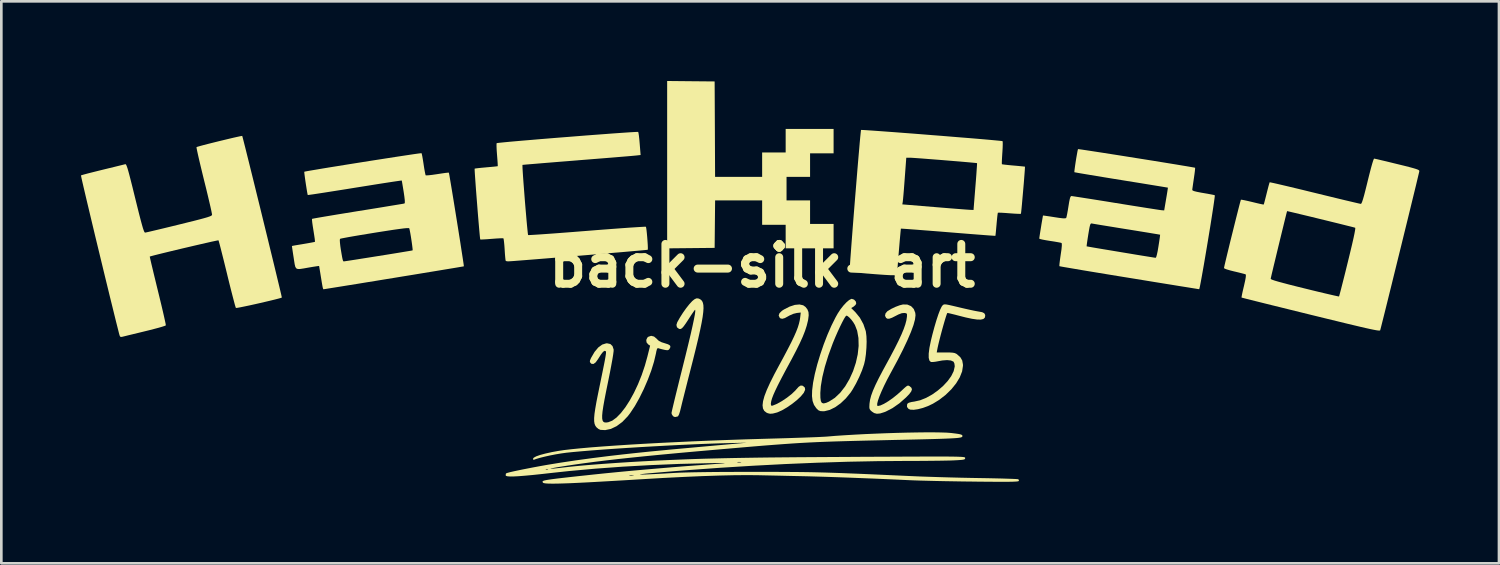
<source format=kicad_pcb>
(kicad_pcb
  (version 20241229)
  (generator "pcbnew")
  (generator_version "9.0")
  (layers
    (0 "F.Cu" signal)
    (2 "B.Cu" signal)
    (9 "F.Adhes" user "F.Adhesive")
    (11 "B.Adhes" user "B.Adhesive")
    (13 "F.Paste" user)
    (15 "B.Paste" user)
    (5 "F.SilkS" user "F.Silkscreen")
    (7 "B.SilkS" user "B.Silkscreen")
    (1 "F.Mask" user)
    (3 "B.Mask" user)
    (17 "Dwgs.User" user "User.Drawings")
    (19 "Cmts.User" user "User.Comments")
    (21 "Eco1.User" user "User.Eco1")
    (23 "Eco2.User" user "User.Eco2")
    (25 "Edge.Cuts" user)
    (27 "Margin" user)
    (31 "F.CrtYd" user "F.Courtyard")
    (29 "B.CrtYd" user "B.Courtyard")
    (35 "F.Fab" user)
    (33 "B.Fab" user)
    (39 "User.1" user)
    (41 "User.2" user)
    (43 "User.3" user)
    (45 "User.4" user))
  (footprint "back-silk-art"
    (layer "F.Cu")
    (at 25.652 6.958)
    (property "Reference" "back-silk-art" (at 0 0 0) (layer "F.SilkS") (effects (font (size 1.5 1.5) (thickness 0.3))))
    (attr board_only exclude_from_pos_files exclude_from_bom)
    (fp_poly (pts (xy -2.683 -6.949) (xy -1.789 -6.941) (xy -1.78 -5.144) (xy -1.772 -3.347) (xy -0.886 -3.347) (xy 0 -3.347) (xy 0 -3.807) (xy 0 -4.266) (xy 0.443 -4.266) (xy 0.886 -4.266) (xy 0.886 -4.709) (xy 0.886 -5.152) (xy 1.789 -5.152) (xy 2.691 -5.152) (xy 2.691 -4.693) (xy 2.691 -4.233) (xy 2.248 -4.233) (xy 1.805 -4.233) (xy 1.805 -3.79) (xy 1.805 -3.347) (xy 1.362 -3.347) (xy 0.919 -3.347) (xy 0.919 -2.904) (xy 0.919 -2.461) (xy 1.362 -2.461) (xy 1.805 -2.461) (xy 1.805 -2.018) (xy 1.805 -1.575) (xy 2.248 -1.575) (xy 2.691 -1.575) (xy 2.691 -1.116) (xy 2.691 -0.656) (xy 1.789 -0.656) (xy 0.886 -0.656) (xy 0.886 -1.099) (xy 0.886 -1.542) (xy 0.443 -1.542) (xy 0 -1.542) (xy 0 -2.002) (xy 0 -2.461) (xy -0.886 -2.461) (xy -1.771 -2.461) (xy -1.78 -1.567) (xy -1.789 -0.673) (xy -2.683 -0.664) (xy -3.577 -0.655) (xy -3.577 -3.807) (xy -3.577 -6.958)) (stroke (width 0) (type solid)) (fill yes) (layer "F.SilkS"))
    (fp_poly (pts (xy -2.412 1.23) (xy -2.363 1.247) (xy -2.308 1.279) (xy -2.263 1.326) (xy -2.232 1.392) (xy -2.213 1.482) (xy -2.208 1.599) (xy -2.218 1.747) (xy -2.241 1.93) (xy -2.28 2.153) (xy -2.334 2.418) (xy -2.404 2.731) (xy -2.491 3.095) (xy -2.595 3.513) (xy -2.717 3.991) (xy -2.72 4.004) (xy -2.79 4.274) (xy -2.855 4.532) (xy -2.915 4.768) (xy -2.967 4.974) (xy -3.009 5.141) (xy -3.038 5.261) (xy -3.051 5.316) (xy -3.092 5.483) (xy -3.131 5.602) (xy -3.167 5.667) (xy -3.185 5.677) (xy -3.236 5.688) (xy -3.258 5.696) (xy -3.317 5.689) (xy -3.359 5.66) (xy -3.403 5.592) (xy -3.413 5.546) (xy -3.405 5.503) (xy -3.383 5.403) (xy -3.347 5.251) (xy -3.3 5.055) (xy -3.243 4.821) (xy -3.177 4.554) (xy -3.105 4.261) (xy -3.026 3.948) (xy -3.006 3.867) (xy -2.883 3.374) (xy -2.778 2.943) (xy -2.69 2.574) (xy -2.621 2.267) (xy -2.569 2.022) (xy -2.534 1.84) (xy -2.518 1.72) (xy -2.52 1.663) (xy -2.529 1.659) (xy -2.556 1.691) (xy -2.61 1.768) (xy -2.684 1.877) (xy -2.769 2.009) (xy -2.774 2.017) (xy -2.877 2.174) (xy -2.955 2.282) (xy -3.014 2.348) (xy -3.062 2.379) (xy -3.106 2.383) (xy -3.135 2.374) (xy -3.208 2.317) (xy -3.228 2.228) (xy -3.197 2.128) (xy -3.097 1.951) (xy -2.982 1.77) (xy -2.86 1.598) (xy -2.741 1.448) (xy -2.634 1.332) (xy -2.556 1.268) (xy -2.479 1.229)) (stroke (width 0) (type solid)) (fill yes) (layer "F.SilkS"))
    (fp_poly (pts (xy 1.546 1.489) (xy 1.633 1.551) (xy 1.706 1.645) (xy 1.745 1.745) (xy 1.753 1.867) (xy 1.733 2.028) (xy 1.722 2.082) (xy 1.678 2.261) (xy 1.615 2.455) (xy 1.53 2.671) (xy 1.419 2.916) (xy 1.279 3.199) (xy 1.107 3.527) (xy 1.053 3.626) (xy 0.869 3.967) (xy 0.716 4.257) (xy 0.592 4.499) (xy 0.495 4.7) (xy 0.422 4.864) (xy 0.372 4.996) (xy 0.342 5.101) (xy 0.329 5.183) (xy 0.328 5.204) (xy 0.337 5.263) (xy 0.374 5.272) (xy 0.402 5.265) (xy 0.562 5.199) (xy 0.746 5.096) (xy 0.934 4.97) (xy 1.108 4.834) (xy 1.247 4.702) (xy 1.285 4.658) (xy 1.374 4.56) (xy 1.444 4.514) (xy 1.509 4.514) (xy 1.541 4.528) (xy 1.609 4.589) (xy 1.619 4.672) (xy 1.57 4.781) (xy 1.563 4.791) (xy 1.457 4.92) (xy 1.307 5.061) (xy 1.128 5.203) (xy 0.937 5.334) (xy 0.75 5.443) (xy 0.583 5.518) (xy 0.546 5.53) (xy 0.404 5.566) (xy 0.3 5.574) (xy 0.213 5.554) (xy 0.159 5.529) (xy 0.079 5.465) (xy 0.031 5.374) (xy 0.016 5.254) (xy 0.034 5.101) (xy 0.086 4.91) (xy 0.174 4.68) (xy 0.298 4.407) (xy 0.459 4.086) (xy 0.627 3.772) (xy 0.814 3.427) (xy 0.97 3.131) (xy 1.099 2.88) (xy 1.202 2.665) (xy 1.282 2.482) (xy 1.343 2.324) (xy 1.386 2.184) (xy 1.416 2.056) (xy 1.433 1.946) (xy 1.454 1.762) (xy 1.304 1.779) (xy 1.177 1.81) (xy 1.038 1.87) (xy 0.986 1.899) (xy 0.854 1.971) (xy 0.758 1.998) (xy 0.689 1.982) (xy 0.658 1.954) (xy 0.623 1.872) (xy 0.653 1.787) (xy 0.747 1.696) (xy 0.82 1.648) (xy 1.036 1.538) (xy 1.233 1.474) (xy 1.405 1.458)) (stroke (width 0) (type solid)) (fill yes) (layer "F.SilkS"))
    (fp_poly (pts (xy 5.469 1.462) (xy 5.608 1.521) (xy 5.71 1.628) (xy 5.767 1.773) (xy 5.776 1.866) (xy 5.756 2.025) (xy 5.699 2.235) (xy 5.604 2.495) (xy 5.472 2.802) (xy 5.305 3.156) (xy 5.102 3.554) (xy 4.864 3.996) (xy 4.842 4.036) (xy 4.71 4.283) (xy 4.594 4.516) (xy 4.496 4.73) (xy 4.418 4.917) (xy 4.363 5.073) (xy 4.334 5.19) (xy 4.333 5.262) (xy 4.356 5.283) (xy 4.455 5.261) (xy 4.588 5.2) (xy 4.747 5.105) (xy 4.919 4.985) (xy 5.094 4.845) (xy 5.242 4.713) (xy 5.351 4.611) (xy 5.424 4.548) (xy 5.472 4.518) (xy 5.509 4.514) (xy 5.545 4.531) (xy 5.562 4.542) (xy 5.623 4.597) (xy 5.641 4.659) (xy 5.613 4.737) (xy 5.536 4.839) (xy 5.419 4.96) (xy 5.168 5.181) (xy 4.91 5.361) (xy 4.659 5.491) (xy 4.606 5.512) (xy 4.444 5.563) (xy 4.319 5.574) (xy 4.217 5.547) (xy 4.133 5.491) (xy 4.077 5.44) (xy 4.047 5.393) (xy 4.037 5.33) (xy 4.041 5.229) (xy 4.044 5.187) (xy 4.064 5.047) (xy 4.106 4.888) (xy 4.173 4.704) (xy 4.268 4.488) (xy 4.393 4.233) (xy 4.551 3.933) (xy 4.62 3.807) (xy 4.824 3.432) (xy 4.995 3.108) (xy 5.135 2.828) (xy 5.246 2.589) (xy 5.331 2.384) (xy 5.392 2.209) (xy 5.432 2.058) (xy 5.452 1.926) (xy 5.453 1.92) (xy 5.456 1.835) (xy 5.439 1.796) (xy 5.386 1.781) (xy 5.356 1.778) (xy 5.258 1.787) (xy 5.132 1.835) (xy 5.035 1.885) (xy 4.893 1.957) (xy 4.793 1.993) (xy 4.723 1.996) (xy 4.671 1.967) (xy 4.667 1.962) (xy 4.628 1.884) (xy 4.646 1.796) (xy 4.715 1.714) (xy 4.723 1.709) (xy 4.859 1.626) (xy 5.022 1.548) (xy 5.183 1.488) (xy 5.304 1.458)) (stroke (width 0) (type solid)) (fill yes) (layer "F.SilkS"))
    (fp_poly (pts (xy 3.462 1.276) (xy 3.526 1.345) (xy 3.544 1.414) (xy 3.518 1.474) (xy 3.454 1.532) (xy 3.449 1.536) (xy 3.354 1.593) (xy 3.514 1.752) (xy 3.68 1.956) (xy 3.813 2.199) (xy 3.901 2.458) (xy 3.907 2.487) (xy 3.928 2.654) (xy 3.935 2.863) (xy 3.927 3.096) (xy 3.908 3.33) (xy 3.877 3.546) (xy 3.84 3.708) (xy 3.763 3.937) (xy 3.657 4.187) (xy 3.535 4.436) (xy 3.408 4.659) (xy 3.333 4.774) (xy 3.153 4.994) (xy 2.956 5.181) (xy 2.75 5.328) (xy 2.546 5.429) (xy 2.352 5.477) (xy 2.292 5.48) (xy 2.189 5.473) (xy 2.117 5.442) (xy 2.044 5.371) (xy 2.039 5.366) (xy 1.952 5.239) (xy 1.899 5.091) (xy 1.877 4.908) (xy 1.88 4.791) (xy 2.191 4.791) (xy 2.194 4.973) (xy 2.211 5.096) (xy 2.25 5.165) (xy 2.316 5.185) (xy 2.413 5.162) (xy 2.516 5.117) (xy 2.738 4.975) (xy 2.943 4.78) (xy 3.129 4.54) (xy 3.29 4.266) (xy 3.425 3.967) (xy 3.529 3.654) (xy 3.6 3.335) (xy 3.634 3.021) (xy 3.627 2.722) (xy 3.578 2.447) (xy 3.495 2.233) (xy 3.43 2.125) (xy 3.353 2.023) (xy 3.274 1.94) (xy 3.207 1.888) (xy 3.17 1.879) (xy 3.136 1.915) (xy 3.082 2.002) (xy 3.014 2.131) (xy 2.935 2.291) (xy 2.85 2.474) (xy 2.764 2.669) (xy 2.682 2.867) (xy 2.656 2.932) (xy 2.492 3.382) (xy 2.362 3.803) (xy 2.268 4.189) (xy 2.21 4.533) (xy 2.191 4.791) (xy 1.88 4.791) (xy 1.883 4.693) (xy 1.918 4.407) (xy 1.983 4.079) (xy 2.074 3.721) (xy 2.187 3.347) (xy 2.316 2.969) (xy 2.458 2.601) (xy 2.609 2.256) (xy 2.763 1.947) (xy 2.846 1.799) (xy 2.949 1.642) (xy 3.062 1.498) (xy 3.173 1.379) (xy 3.275 1.292) (xy 3.356 1.25) (xy 3.376 1.247)) (stroke (width 0) (type solid)) (fill yes) (layer "F.SilkS"))
    (fp_poly (pts (xy 6.946 1.46) (xy 7.04 1.478) (xy 7.175 1.509) (xy 7.362 1.553) (xy 7.424 1.568) (xy 7.621 1.614) (xy 7.808 1.656) (xy 7.971 1.691) (xy 8.096 1.715) (xy 8.155 1.725) (xy 8.286 1.749) (xy 8.363 1.787) (xy 8.397 1.845) (xy 8.401 1.887) (xy 8.384 1.959) (xy 8.33 2.006) (xy 8.235 2.028) (xy 8.095 2.025) (xy 7.905 1.998) (xy 7.663 1.946) (xy 7.427 1.886) (xy 7.267 1.844) (xy 7.131 1.811) (xy 7.031 1.787) (xy 6.978 1.778) (xy 6.974 1.778) (xy 6.954 1.822) (xy 6.922 1.917) (xy 6.88 2.053) (xy 6.832 2.218) (xy 6.781 2.401) (xy 6.73 2.59) (xy 6.683 2.773) (xy 6.642 2.939) (xy 6.611 3.076) (xy 6.6 3.132) (xy 6.575 3.265) (xy 6.911 3.265) (xy 7.071 3.267) (xy 7.18 3.274) (xy 7.254 3.289) (xy 7.31 3.314) (xy 7.338 3.333) (xy 7.464 3.446) (xy 7.535 3.567) (xy 7.562 3.716) (xy 7.563 3.768) (xy 7.531 3.979) (xy 7.443 4.202) (xy 7.306 4.429) (xy 7.126 4.652) (xy 6.91 4.863) (xy 6.663 5.054) (xy 6.432 5.195) (xy 6.244 5.285) (xy 6.053 5.355) (xy 5.87 5.402) (xy 5.709 5.425) (xy 5.582 5.419) (xy 5.516 5.393) (xy 5.456 5.318) (xy 5.458 5.228) (xy 5.478 5.188) (xy 5.527 5.158) (xy 5.626 5.131) (xy 5.732 5.115) (xy 5.951 5.066) (xy 6.177 4.975) (xy 6.403 4.85) (xy 6.618 4.697) (xy 6.816 4.526) (xy 6.987 4.342) (xy 7.122 4.155) (xy 7.213 3.97) (xy 7.252 3.797) (xy 7.252 3.773) (xy 7.24 3.682) (xy 7.21 3.617) (xy 7.205 3.611) (xy 7.109 3.568) (xy 6.965 3.553) (xy 6.785 3.567) (xy 6.654 3.591) (xy 6.529 3.614) (xy 6.424 3.626) (xy 6.36 3.625) (xy 6.355 3.624) (xy 6.3 3.572) (xy 6.273 3.467) (xy 6.273 3.308) (xy 6.3 3.093) (xy 6.355 2.822) (xy 6.411 2.593) (xy 6.49 2.3) (xy 6.566 2.043) (xy 6.638 1.826) (xy 6.703 1.657) (xy 6.759 1.542) (xy 6.792 1.496) (xy 6.816 1.474) (xy 6.844 1.459) (xy 6.884 1.454)) (stroke (width 0) (type solid)) (fill yes) (layer "F.SilkS"))
    (fp_poly (pts (xy -4.071 2.666) (xy -3.968 2.752) (xy -3.959 2.764) (xy -3.887 2.831) (xy -3.784 2.882) (xy -3.672 2.917) (xy -3.541 2.959) (xy -3.469 3.004) (xy -3.453 3.058) (xy -3.486 3.128) (xy -3.491 3.134) (xy -3.526 3.171) (xy -3.572 3.182) (xy -3.65 3.172) (xy -3.697 3.162) (xy -3.801 3.137) (xy -3.884 3.114) (xy -3.907 3.105) (xy -3.937 3.104) (xy -3.961 3.139) (xy -3.984 3.221) (xy -3.999 3.302) (xy -4.072 3.612) (xy -4.176 3.949) (xy -4.308 4.299) (xy -4.459 4.648) (xy -4.624 4.983) (xy -4.796 5.288) (xy -4.97 5.55) (xy -5.063 5.671) (xy -5.266 5.882) (xy -5.48 6.041) (xy -5.697 6.145) (xy -5.911 6.19) (xy -6.092 6.18) (xy -6.163 6.147) (xy -6.237 6.086) (xy -6.238 6.085) (xy -6.281 6.026) (xy -6.311 5.953) (xy -6.326 5.857) (xy -6.327 5.733) (xy -6.313 5.573) (xy -6.283 5.372) (xy -6.239 5.12) (xy -6.178 4.813) (xy -6.17 4.775) (xy -6.098 4.423) (xy -6.038 4.13) (xy -5.989 3.89) (xy -5.95 3.697) (xy -5.921 3.547) (xy -5.901 3.433) (xy -5.888 3.351) (xy -5.881 3.294) (xy -5.88 3.257) (xy -5.883 3.234) (xy -5.89 3.22) (xy -5.897 3.213) (xy -5.937 3.204) (xy -5.993 3.245) (xy -6.068 3.34) (xy -6.165 3.492) (xy -6.178 3.513) (xy -6.268 3.638) (xy -6.35 3.698) (xy -6.424 3.694) (xy -6.465 3.659) (xy -6.488 3.616) (xy -6.482 3.562) (xy -6.444 3.474) (xy -6.441 3.468) (xy -6.311 3.245) (xy -6.171 3.077) (xy -6.023 2.969) (xy -5.872 2.922) (xy -5.838 2.921) (xy -5.717 2.947) (xy -5.635 3.025) (xy -5.592 3.155) (xy -5.594 3.219) (xy -5.61 3.343) (xy -5.639 3.522) (xy -5.681 3.751) (xy -5.733 4.026) (xy -5.797 4.343) (xy -5.808 4.397) (xy -5.881 4.754) (xy -5.939 5.052) (xy -5.982 5.295) (xy -6.011 5.489) (xy -6.025 5.64) (xy -6.024 5.751) (xy -6.009 5.828) (xy -5.979 5.876) (xy -5.934 5.9) (xy -5.874 5.904) (xy -5.8 5.894) (xy -5.798 5.894) (xy -5.646 5.835) (xy -5.486 5.718) (xy -5.32 5.548) (xy -5.152 5.332) (xy -4.987 5.075) (xy -4.827 4.784) (xy -4.676 4.464) (xy -4.538 4.122) (xy -4.416 3.762) (xy -4.32 3.416) (xy -4.219 3.01) (xy -4.292 2.961) (xy -4.353 2.887) (xy -4.364 2.795) (xy -4.325 2.708) (xy -4.286 2.674) (xy -4.18 2.639)) (stroke (width 0) (type solid)) (fill yes) (layer "F.SilkS"))
    (fp_poly (pts (xy -4.668 -5.04) (xy -4.657 -5) (xy -4.642 -4.908) (xy -4.627 -4.776) (xy -4.613 -4.618) (xy -4.611 -4.593) (xy -4.577 -4.17) (xy -4.742 -4.152) (xy -4.803 -4.146) (xy -4.924 -4.135) (xy -5.098 -4.12) (xy -5.319 -4.102) (xy -5.58 -4.08) (xy -5.877 -4.056) (xy -6.202 -4.03) (xy -6.55 -4.002) (xy -6.914 -3.973) (xy -6.957 -3.969) (xy -7.317 -3.94) (xy -7.658 -3.913) (xy -7.974 -3.887) (xy -8.258 -3.864) (xy -8.506 -3.843) (xy -8.713 -3.826) (xy -8.872 -3.813) (xy -8.977 -3.803) (xy -9.024 -3.798) (xy -9.026 -3.798) (xy -9.027 -3.765) (xy -9.024 -3.675) (xy -9.016 -3.536) (xy -9.004 -3.357) (xy -8.989 -3.147) (xy -8.971 -2.914) (xy -8.952 -2.666) (xy -8.932 -2.411) (xy -8.911 -2.159) (xy -8.89 -1.918) (xy -8.871 -1.695) (xy -8.853 -1.5) (xy -8.837 -1.341) (xy -8.825 -1.226) (xy -8.816 -1.164) (xy -8.813 -1.156) (xy -8.778 -1.155) (xy -8.683 -1.16) (xy -8.533 -1.169) (xy -8.334 -1.182) (xy -8.092 -1.199) (xy -7.811 -1.219) (xy -7.497 -1.243) (xy -7.155 -1.269) (xy -6.791 -1.298) (xy -6.597 -1.313) (xy -6.223 -1.343) (xy -5.869 -1.37) (xy -5.54 -1.395) (xy -5.241 -1.417) (xy -4.978 -1.436) (xy -4.756 -1.45) (xy -4.58 -1.461) (xy -4.455 -1.468) (xy -4.389 -1.47) (xy -4.378 -1.468) (xy -4.367 -1.429) (xy -4.354 -1.34) (xy -4.341 -1.216) (xy -4.328 -1.074) (xy -4.317 -0.927) (xy -4.308 -0.792) (xy -4.304 -0.683) (xy -4.305 -0.616) (xy -4.309 -0.603) (xy -4.342 -0.598) (xy -4.436 -0.589) (xy -4.583 -0.575) (xy -4.777 -0.558) (xy -5.012 -0.537) (xy -5.284 -0.513) (xy -5.585 -0.488) (xy -5.909 -0.46) (xy -6.251 -0.431) (xy -6.605 -0.401) (xy -6.964 -0.371) (xy -7.323 -0.342) (xy -7.675 -0.313) (xy -8.016 -0.285) (xy -8.338 -0.259) (xy -8.635 -0.235) (xy -8.903 -0.214) (xy -9.134 -0.196) (xy -9.323 -0.181) (xy -9.464 -0.171) (xy -9.551 -0.166) (xy -9.572 -0.165) (xy -9.636 -0.174) (xy -9.659 -0.189) (xy -9.666 -0.229) (xy -9.676 -0.322) (xy -9.687 -0.453) (xy -9.697 -0.609) (xy -9.697 -0.616) (xy -9.708 -0.771) (xy -9.721 -0.901) (xy -9.733 -0.993) (xy -9.744 -1.032) (xy -9.745 -1.033) (xy -9.785 -1.036) (xy -9.877 -1.033) (xy -10.008 -1.026) (xy -10.165 -1.014) (xy -10.186 -1.013) (xy -10.344 -1) (xy -10.477 -0.992) (xy -10.571 -0.988) (xy -10.615 -0.989) (xy -10.616 -0.99) (xy -10.622 -1.025) (xy -10.632 -1.116) (xy -10.645 -1.257) (xy -10.661 -1.437) (xy -10.679 -1.648) (xy -10.699 -1.883) (xy -10.719 -2.133) (xy -10.739 -2.389) (xy -10.759 -2.643) (xy -10.778 -2.886) (xy -10.794 -3.11) (xy -10.808 -3.306) (xy -10.819 -3.467) (xy -10.826 -3.583) (xy -10.828 -3.647) (xy -10.827 -3.656) (xy -10.791 -3.664) (xy -10.702 -3.675) (xy -10.573 -3.689) (xy -10.417 -3.703) (xy -10.389 -3.706) (xy -10.23 -3.72) (xy -10.097 -3.732) (xy -10.002 -3.743) (xy -9.959 -3.749) (xy -9.957 -3.75) (xy -9.957 -3.783) (xy -9.961 -3.87) (xy -9.97 -3.997) (xy -9.982 -4.152) (xy -9.984 -4.176) (xy -9.996 -4.336) (xy -10.002 -4.47) (xy -10.003 -4.568) (xy -9.999 -4.615) (xy -9.998 -4.617) (xy -9.962 -4.623) (xy -9.866 -4.634) (xy -9.717 -4.649) (xy -9.521 -4.668) (xy -9.283 -4.689) (xy -9.01 -4.713) (xy -8.707 -4.738) (xy -8.38 -4.766) (xy -8.036 -4.794) (xy -7.68 -4.823) (xy -7.319 -4.851) (xy -6.957 -4.88) (xy -6.602 -4.908) (xy -6.259 -4.934) (xy -5.934 -4.958) (xy -5.634 -4.981) (xy -5.363 -5) (xy -5.128 -5.016) (xy -4.935 -5.029) (xy -4.79 -5.037) (xy -4.699 -5.041)) (stroke (width 0) (type solid)) (fill yes) (layer "F.SilkS"))
    (fp_poly (pts (xy 3.854 -5.11) (xy 4.001 -5.1) (xy 4.196 -5.087) (xy 4.433 -5.07) (xy 4.705 -5.05) (xy 5.007 -5.028) (xy 5.333 -5.003) (xy 5.677 -4.977) (xy 6.032 -4.949) (xy 6.394 -4.92) (xy 6.755 -4.892) (xy 7.11 -4.863) (xy 7.453 -4.835) (xy 7.779 -4.809) (xy 8.08 -4.784) (xy 8.352 -4.761) (xy 8.587 -4.74) (xy 8.781 -4.722) (xy 8.928 -4.708) (xy 9.021 -4.698) (xy 9.053 -4.693) (xy 9.06 -4.656) (xy 9.061 -4.566) (xy 9.057 -4.437) (xy 9.048 -4.281) (xy 9.046 -4.257) (xy 9.036 -4.098) (xy 9.029 -3.965) (xy 9.026 -3.87) (xy 9.029 -3.825) (xy 9.029 -3.824) (xy 9.065 -3.816) (xy 9.154 -3.805) (xy 9.283 -3.791) (xy 9.439 -3.776) (xy 9.468 -3.774) (xy 9.626 -3.76) (xy 9.759 -3.747) (xy 9.853 -3.737) (xy 9.896 -3.732) (xy 9.898 -3.731) (xy 9.897 -3.697) (xy 9.892 -3.607) (xy 9.882 -3.473) (xy 9.869 -3.305) (xy 9.854 -3.113) (xy 9.836 -2.907) (xy 9.818 -2.699) (xy 9.8 -2.497) (xy 9.784 -2.313) (xy 9.769 -2.157) (xy 9.757 -2.04) (xy 9.748 -1.971) (xy 9.745 -1.957) (xy 9.709 -1.954) (xy 9.62 -1.956) (xy 9.491 -1.963) (xy 9.335 -1.974) (xy 9.31 -1.976) (xy 9.152 -1.988) (xy 9.018 -1.996) (xy 8.923 -1.999) (xy 8.879 -1.997) (xy 8.877 -1.997) (xy 8.87 -1.961) (xy 8.858 -1.872) (xy 8.845 -1.744) (xy 8.83 -1.588) (xy 8.828 -1.559) (xy 8.813 -1.4) (xy 8.801 -1.267) (xy 8.791 -1.172) (xy 8.784 -1.128) (xy 8.784 -1.126) (xy 8.751 -1.128) (xy 8.658 -1.134) (xy 8.512 -1.144) (xy 8.318 -1.159) (xy 8.084 -1.177) (xy 7.813 -1.198) (xy 7.513 -1.222) (xy 7.19 -1.248) (xy 7.006 -1.263) (xy 6.672 -1.29) (xy 6.358 -1.315) (xy 6.071 -1.337) (xy 5.816 -1.357) (xy 5.599 -1.373) (xy 5.426 -1.386) (xy 5.303 -1.394) (xy 5.237 -1.398) (xy 5.226 -1.398) (xy 5.221 -1.364) (xy 5.212 -1.276) (xy 5.2 -1.143) (xy 5.185 -0.977) (xy 5.169 -0.788) (xy 5.152 -0.586) (xy 5.135 -0.383) (xy 5.12 -0.189) (xy 5.106 -0.014) (xy 5.096 0.131) (xy 5.089 0.235) (xy 5.087 0.286) (xy 5.082 0.326) (xy 5.059 0.348) (xy 5.004 0.357) (xy 4.901 0.357) (xy 4.865 0.357) (xy 4.762 0.352) (xy 4.609 0.343) (xy 4.419 0.33) (xy 4.207 0.314) (xy 3.988 0.296) (xy 3.978 0.296) (xy 3.776 0.278) (xy 3.597 0.26) (xy 3.451 0.244) (xy 3.348 0.232) (xy 3.298 0.223) (xy 3.295 0.221) (xy 3.295 0.186) (xy 3.3 0.092) (xy 3.309 -0.055) (xy 3.322 -0.251) (xy 3.34 -0.487) (xy 3.36 -0.76) (xy 3.383 -1.062) (xy 3.408 -1.388) (xy 3.435 -1.732) (xy 3.463 -2.087) (xy 3.481 -2.311) (xy 5.279 -2.311) (xy 6.504 -2.21) (xy 6.785 -2.187) (xy 7.05 -2.165) (xy 7.291 -2.146) (xy 7.498 -2.13) (xy 7.665 -2.117) (xy 7.783 -2.109) (xy 7.844 -2.105) (xy 7.845 -2.105) (xy 7.961 -2.1) (xy 8.031 -2.977) (xy 8.05 -3.21) (xy 8.066 -3.42) (xy 8.078 -3.599) (xy 8.088 -3.738) (xy 8.093 -3.829) (xy 8.093 -3.864) (xy 8.093 -3.864) (xy 8.059 -3.869) (xy 7.968 -3.878) (xy 7.829 -3.891) (xy 7.65 -3.907) (xy 7.441 -3.925) (xy 7.209 -3.944) (xy 6.964 -3.964) (xy 6.714 -3.985) (xy 6.468 -4.004) (xy 6.234 -4.022) (xy 6.022 -4.039) (xy 5.838 -4.052) (xy 5.694 -4.062) (xy 5.596 -4.068) (xy 5.561 -4.069) (xy 5.428 -4.069) (xy 5.37 -3.29) (xy 5.353 -3.065) (xy 5.337 -2.856) (xy 5.322 -2.676) (xy 5.309 -2.533) (xy 5.299 -2.439) (xy 5.296 -2.411) (xy 5.279 -2.311) (xy 3.481 -2.311) (xy 3.492 -2.449) (xy 3.522 -2.81) (xy 3.551 -3.166) (xy 3.579 -3.509) (xy 3.606 -3.835) (xy 3.632 -4.137) (xy 3.656 -4.409) (xy 3.676 -4.645) (xy 3.694 -4.84) (xy 3.709 -4.987) (xy 3.719 -5.08) (xy 3.725 -5.114) (xy 3.759 -5.114)) (stroke (width 0) (type solid)) (fill yes) (layer "F.SilkS"))
    (fp_poly (pts (xy -19.58 -4.889) (xy -19.57 -4.855) (xy -19.546 -4.763) (xy -19.509 -4.618) (xy -19.46 -4.426) (xy -19.402 -4.191) (xy -19.334 -3.92) (xy -19.259 -3.617) (xy -19.177 -3.287) (xy -19.091 -2.937) (xy -19.001 -2.571) (xy -18.908 -2.195) (xy -18.815 -1.814) (xy -18.722 -1.434) (xy -18.63 -1.059) (xy -18.542 -0.695) (xy -18.457 -0.348) (xy -18.378 -0.023) (xy -18.306 0.275) (xy -18.242 0.541) (xy -18.187 0.769) (xy -18.143 0.954) (xy -18.111 1.091) (xy -18.093 1.173) (xy -18.088 1.197) (xy -18.129 1.213) (xy -18.222 1.239) (xy -18.358 1.274) (xy -18.526 1.315) (xy -18.717 1.36) (xy -18.919 1.407) (xy -19.123 1.453) (xy -19.318 1.496) (xy -19.495 1.533) (xy -19.642 1.563) (xy -19.751 1.583) (xy -19.811 1.59) (xy -19.818 1.589) (xy -19.832 1.551) (xy -19.86 1.457) (xy -19.898 1.313) (xy -19.947 1.126) (xy -20.004 0.904) (xy -20.067 0.653) (xy -20.134 0.381) (xy -20.15 0.312) (xy -20.218 0.036) (xy -20.281 -0.22) (xy -20.339 -0.449) (xy -20.388 -0.644) (xy -20.428 -0.798) (xy -20.457 -0.903) (xy -20.472 -0.954) (xy -20.474 -0.957) (xy -20.508 -0.953) (xy -20.597 -0.935) (xy -20.733 -0.906) (xy -20.908 -0.866) (xy -21.114 -0.819) (xy -21.343 -0.766) (xy -21.586 -0.709) (xy -21.834 -0.651) (xy -22.081 -0.592) (xy -22.318 -0.535) (xy -22.535 -0.482) (xy -22.726 -0.435) (xy -22.881 -0.396) (xy -22.994 -0.366) (xy -23.054 -0.349) (xy -23.062 -0.345) (xy -23.056 -0.313) (xy -23.036 -0.224) (xy -23.004 -0.085) (xy -22.96 0.098) (xy -22.908 0.317) (xy -22.847 0.566) (xy -22.781 0.838) (xy -22.757 0.935) (xy -22.689 1.215) (xy -22.626 1.475) (xy -22.571 1.708) (xy -22.525 1.909) (xy -22.49 2.068) (xy -22.466 2.181) (xy -22.457 2.239) (xy -22.457 2.245) (xy -22.492 2.262) (xy -22.581 2.292) (xy -22.717 2.332) (xy -22.89 2.378) (xy -23.092 2.43) (xy -23.255 2.47) (xy -23.476 2.524) (xy -23.678 2.573) (xy -23.853 2.615) (xy -23.99 2.649) (xy -24.08 2.671) (xy -24.11 2.678) (xy -24.159 2.682) (xy -24.19 2.648) (xy -24.214 2.571) (xy -24.267 2.359) (xy -24.331 2.106) (xy -24.402 1.818) (xy -24.48 1.501) (xy -24.565 1.158) (xy -24.653 0.796) (xy -24.745 0.42) (xy -24.838 0.035) (xy -24.932 -0.354) (xy -25.026 -0.742) (xy -25.118 -1.122) (xy -25.206 -1.491) (xy -25.29 -1.842) (xy -25.368 -2.171) (xy -25.44 -2.472) (xy -25.503 -2.74) (xy -25.557 -2.97) (xy -25.6 -3.156) (xy -25.631 -3.294) (xy -25.648 -3.377) (xy -25.652 -3.402) (xy -25.616 -3.415) (xy -25.524 -3.441) (xy -25.386 -3.478) (xy -25.212 -3.522) (xy -25.008 -3.573) (xy -24.834 -3.616) (xy -24.613 -3.67) (xy -24.411 -3.719) (xy -24.237 -3.762) (xy -24.102 -3.795) (xy -24.013 -3.817) (xy -23.984 -3.825) (xy -23.968 -3.822) (xy -23.951 -3.8) (xy -23.93 -3.754) (xy -23.903 -3.678) (xy -23.87 -3.566) (xy -23.829 -3.414) (xy -23.778 -3.217) (xy -23.715 -2.968) (xy -23.64 -2.662) (xy -23.611 -2.545) (xy -23.529 -2.213) (xy -23.461 -1.941) (xy -23.404 -1.722) (xy -23.358 -1.552) (xy -23.322 -1.425) (xy -23.292 -1.336) (xy -23.269 -1.281) (xy -23.25 -1.253) (xy -23.239 -1.248) (xy -23.196 -1.256) (xy -23.096 -1.278) (xy -22.948 -1.313) (xy -22.757 -1.358) (xy -22.532 -1.412) (xy -22.28 -1.473) (xy -22.007 -1.54) (xy -21.954 -1.553) (xy -21.639 -1.631) (xy -21.381 -1.695) (xy -21.176 -1.748) (xy -21.017 -1.791) (xy -20.899 -1.825) (xy -20.816 -1.853) (xy -20.762 -1.875) (xy -20.731 -1.895) (xy -20.718 -1.913) (xy -20.716 -1.92) (xy -20.723 -1.966) (xy -20.743 -2.068) (xy -20.776 -2.218) (xy -20.821 -2.411) (xy -20.874 -2.637) (xy -20.935 -2.891) (xy -21.003 -3.164) (xy -21.016 -3.216) (xy -21.083 -3.49) (xy -21.144 -3.743) (xy -21.198 -3.97) (xy -21.242 -4.162) (xy -21.275 -4.313) (xy -21.296 -4.417) (xy -21.302 -4.464) (xy -21.302 -4.467) (xy -21.265 -4.481) (xy -21.175 -4.507) (xy -21.042 -4.543) (xy -20.877 -4.586) (xy -20.689 -4.633) (xy -20.488 -4.683) (xy -20.285 -4.732) (xy -20.09 -4.779) (xy -19.913 -4.821) (xy -19.764 -4.854) (xy -19.653 -4.878) (xy -19.59 -4.889)) (stroke (width 0) (type solid)) (fill yes) (layer "F.SilkS"))
    (fp_poly (pts (xy 23.089 -4.027) (xy 23.185 -4.006) (xy 23.327 -3.972) (xy 23.506 -3.93) (xy 23.714 -3.879) (xy 23.923 -3.828) (xy 24.177 -3.766) (xy 24.374 -3.716) (xy 24.521 -3.676) (xy 24.624 -3.645) (xy 24.692 -3.62) (xy 24.731 -3.599) (xy 24.747 -3.579) (xy 24.749 -3.559) (xy 24.738 -3.508) (xy 24.712 -3.401) (xy 24.674 -3.242) (xy 24.625 -3.036) (xy 24.565 -2.79) (xy 24.496 -2.508) (xy 24.42 -2.196) (xy 24.338 -1.86) (xy 24.251 -1.505) (xy 24.16 -1.136) (xy 24.068 -0.759) (xy 23.974 -0.379) (xy 23.881 -0.002) (xy 23.79 0.367) (xy 23.703 0.722) (xy 23.619 1.059) (xy 23.542 1.371) (xy 23.472 1.653) (xy 23.41 1.901) (xy 23.358 2.107) (xy 23.318 2.267) (xy 23.29 2.376) (xy 23.276 2.427) (xy 23.275 2.431) (xy 23.264 2.439) (xy 23.238 2.441) (xy 23.192 2.438) (xy 23.123 2.428) (xy 23.028 2.41) (xy 22.901 2.384) (xy 22.74 2.348) (xy 22.539 2.302) (xy 22.296 2.244) (xy 22.006 2.175) (xy 21.666 2.092) (xy 21.271 1.996) (xy 20.817 1.885) (xy 20.658 1.846) (xy 20.257 1.747) (xy 19.875 1.653) (xy 19.517 1.564) (xy 19.186 1.483) (xy 18.889 1.409) (xy 18.629 1.344) (xy 18.412 1.29) (xy 18.241 1.247) (xy 18.123 1.216) (xy 18.062 1.2) (xy 18.054 1.197) (xy 18.057 1.163) (xy 18.073 1.077) (xy 18.1 0.952) (xy 18.136 0.799) (xy 18.144 0.767) (xy 18.189 0.565) (xy 18.203 0.491) (xy 19.152 0.491) (xy 19.167 0.507) (xy 19.217 0.53) (xy 19.307 0.561) (xy 19.44 0.6) (xy 19.622 0.65) (xy 19.855 0.711) (xy 20.144 0.784) (xy 20.428 0.854) (xy 20.708 0.923) (xy 20.967 0.986) (xy 21.199 1.041) (xy 21.397 1.087) (xy 21.554 1.123) (xy 21.664 1.147) (xy 21.719 1.157) (xy 21.725 1.157) (xy 21.736 1.123) (xy 21.761 1.032) (xy 21.798 0.892) (xy 21.845 0.707) (xy 21.901 0.487) (xy 21.964 0.237) (xy 22.031 -0.036) (xy 22.056 -0.137) (xy 22.145 -0.502) (xy 22.217 -0.804) (xy 22.272 -1.046) (xy 22.31 -1.228) (xy 22.332 -1.352) (xy 22.338 -1.418) (xy 22.334 -1.431) (xy 22.292 -1.443) (xy 22.197 -1.468) (xy 22.055 -1.503) (xy 21.876 -1.548) (xy 21.667 -1.6) (xy 21.438 -1.656) (xy 21.195 -1.716) (xy 20.948 -1.776) (xy 20.704 -1.836) (xy 20.471 -1.892) (xy 20.259 -1.943) (xy 20.075 -1.987) (xy 19.927 -2.022) (xy 19.824 -2.046) (xy 19.773 -2.057) (xy 19.77 -2.058) (xy 19.76 -2.024) (xy 19.737 -1.934) (xy 19.703 -1.798) (xy 19.66 -1.623) (xy 19.61 -1.417) (xy 19.554 -1.189) (xy 19.495 -0.947) (xy 19.435 -0.7) (xy 19.376 -0.455) (xy 19.32 -0.222) (xy 19.268 -0.008) (xy 19.224 0.178) (xy 19.188 0.328) (xy 19.164 0.434) (xy 19.152 0.487) (xy 19.152 0.491) (xy 18.203 0.491) (xy 18.214 0.424) (xy 18.218 0.345) (xy 18.211 0.327) (xy 18.167 0.311) (xy 18.073 0.286) (xy 17.942 0.253) (xy 17.788 0.216) (xy 17.785 0.216) (xy 17.626 0.176) (xy 17.501 0.139) (xy 17.42 0.108) (xy 17.393 0.087) (xy 17.401 0.046) (xy 17.422 -0.05) (xy 17.456 -0.193) (xy 17.499 -0.373) (xy 17.55 -0.583) (xy 17.606 -0.814) (xy 17.666 -1.058) (xy 17.728 -1.306) (xy 17.789 -1.552) (xy 17.847 -1.785) (xy 17.901 -1.998) (xy 17.948 -2.183) (xy 17.986 -2.331) (xy 18.014 -2.433) (xy 18.029 -2.483) (xy 18.03 -2.486) (xy 18.066 -2.485) (xy 18.154 -2.469) (xy 18.28 -2.442) (xy 18.432 -2.406) (xy 18.462 -2.399) (xy 18.618 -2.361) (xy 18.748 -2.331) (xy 18.842 -2.311) (xy 18.887 -2.305) (xy 18.889 -2.306) (xy 18.901 -2.34) (xy 18.924 -2.426) (xy 18.956 -2.55) (xy 18.994 -2.701) (xy 18.999 -2.722) (xy 19.038 -2.876) (xy 19.072 -3.006) (xy 19.098 -3.098) (xy 19.112 -3.141) (xy 19.113 -3.143) (xy 19.147 -3.138) (xy 19.239 -3.119) (xy 19.382 -3.087) (xy 19.571 -3.043) (xy 19.801 -2.989) (xy 20.064 -2.926) (xy 20.356 -2.856) (xy 20.669 -2.779) (xy 20.814 -2.744) (xy 21.137 -2.665) (xy 21.442 -2.591) (xy 21.721 -2.523) (xy 21.971 -2.463) (xy 22.183 -2.413) (xy 22.352 -2.373) (xy 22.473 -2.345) (xy 22.539 -2.331) (xy 22.548 -2.33) (xy 22.568 -2.347) (xy 22.593 -2.402) (xy 22.626 -2.5) (xy 22.668 -2.645) (xy 22.719 -2.843) (xy 22.783 -3.099) (xy 22.803 -3.183) (xy 22.868 -3.444) (xy 22.925 -3.663) (xy 22.973 -3.837) (xy 23.011 -3.959) (xy 23.038 -4.025) (xy 23.048 -4.035)) (stroke (width 0) (type solid)) (fill yes) (layer "F.SilkS"))
    (fp_poly (pts (xy 11.93 -4.389) (xy 12.022 -4.377) (xy 12.165 -4.356) (xy 12.355 -4.327) (xy 12.583 -4.292) (xy 12.843 -4.252) (xy 13.13 -4.207) (xy 13.437 -4.159) (xy 13.757 -4.108) (xy 14.083 -4.056) (xy 14.41 -4.004) (xy 14.731 -3.953) (xy 15.039 -3.903) (xy 15.328 -3.856) (xy 15.592 -3.813) (xy 15.824 -3.774) (xy 16.018 -3.742) (xy 16.167 -3.716) (xy 16.265 -3.699) (xy 16.305 -3.69) (xy 16.305 -3.69) (xy 16.305 -3.655) (xy 16.297 -3.568) (xy 16.281 -3.443) (xy 16.259 -3.292) (xy 16.259 -3.292) (xy 16.236 -3.136) (xy 16.217 -3.002) (xy 16.203 -2.903) (xy 16.198 -2.857) (xy 16.214 -2.833) (xy 16.27 -2.81) (xy 16.373 -2.784) (xy 16.53 -2.753) (xy 16.613 -2.739) (xy 16.771 -2.712) (xy 16.904 -2.687) (xy 16.999 -2.668) (xy 17.045 -2.656) (xy 17.046 -2.655) (xy 17.046 -2.619) (xy 17.035 -2.526) (xy 17.015 -2.383) (xy 16.988 -2.197) (xy 16.954 -1.976) (xy 16.915 -1.726) (xy 16.872 -1.455) (xy 16.825 -1.17) (xy 16.777 -0.878) (xy 16.728 -0.586) (xy 16.68 -0.302) (xy 16.634 -0.032) (xy 16.59 0.217) (xy 16.551 0.436) (xy 16.517 0.62) (xy 16.49 0.76) (xy 16.47 0.85) (xy 16.459 0.883) (xy 16.459 0.883) (xy 16.422 0.878) (xy 16.325 0.862) (xy 16.173 0.838) (xy 15.971 0.805) (xy 15.724 0.766) (xy 15.437 0.719) (xy 15.115 0.667) (xy 14.762 0.61) (xy 14.384 0.548) (xy 13.986 0.483) (xy 13.818 0.456) (xy 13.413 0.39) (xy 13.027 0.327) (xy 12.664 0.267) (xy 12.33 0.212) (xy 12.03 0.162) (xy 11.768 0.117) (xy 11.55 0.08) (xy 11.379 0.051) (xy 11.262 0.03) (xy 11.202 0.018) (xy 11.195 0.016) (xy 11.194 -0.021) (xy 11.202 -0.109) (xy 11.218 -0.238) (xy 11.24 -0.392) (xy 11.244 -0.419) (xy 11.273 -0.616) (xy 11.284 -0.734) (xy 12.22 -0.734) (xy 12.22 -0.731) (xy 12.253 -0.725) (xy 12.342 -0.709) (xy 12.479 -0.685) (xy 12.655 -0.655) (xy 12.863 -0.62) (xy 13.094 -0.582) (xy 13.339 -0.541) (xy 13.59 -0.499) (xy 13.839 -0.458) (xy 14.077 -0.418) (xy 14.297 -0.382) (xy 14.489 -0.351) (xy 14.645 -0.326) (xy 14.757 -0.308) (xy 14.816 -0.3) (xy 14.821 -0.299) (xy 14.841 -0.329) (xy 14.866 -0.417) (xy 14.896 -0.555) (xy 14.925 -0.729) (xy 14.95 -0.889) (xy 14.97 -1.023) (xy 14.983 -1.12) (xy 14.987 -1.167) (xy 14.987 -1.169) (xy 14.954 -1.175) (xy 14.864 -1.191) (xy 14.723 -1.214) (xy 14.538 -1.245) (xy 14.316 -1.281) (xy 14.065 -1.322) (xy 13.792 -1.366) (xy 13.734 -1.375) (xy 13.453 -1.42) (xy 13.191 -1.463) (xy 12.956 -1.501) (xy 12.753 -1.534) (xy 12.592 -1.561) (xy 12.48 -1.58) (xy 12.423 -1.59) (xy 12.42 -1.591) (xy 12.392 -1.593) (xy 12.37 -1.577) (xy 12.351 -1.535) (xy 12.331 -1.455) (xy 12.308 -1.329) (xy 12.282 -1.173) (xy 12.257 -1.013) (xy 12.237 -0.879) (xy 12.224 -0.781) (xy 12.22 -0.734) (xy 11.284 -0.734) (xy 11.286 -0.753) (xy 11.285 -0.833) (xy 11.275 -0.857) (xy 11.23 -0.87) (xy 11.135 -0.888) (xy 11.002 -0.911) (xy 10.845 -0.935) (xy 10.838 -0.936) (xy 10.685 -0.961) (xy 10.558 -0.985) (xy 10.471 -1.006) (xy 10.436 -1.021) (xy 10.436 -1.022) (xy 10.441 -1.063) (xy 10.454 -1.153) (xy 10.473 -1.275) (xy 10.496 -1.417) (xy 10.519 -1.562) (xy 10.542 -1.696) (xy 10.561 -1.805) (xy 10.573 -1.875) (xy 10.578 -1.892) (xy 10.61 -1.889) (xy 10.695 -1.877) (xy 10.821 -1.859) (xy 10.974 -1.835) (xy 11.005 -1.83) (xy 11.19 -1.802) (xy 11.319 -1.787) (xy 11.4 -1.785) (xy 11.442 -1.794) (xy 11.451 -1.802) (xy 11.465 -1.848) (xy 11.486 -1.945) (xy 11.51 -2.078) (xy 11.535 -2.233) (xy 11.563 -2.405) (xy 11.587 -2.521) (xy 11.609 -2.59) (xy 11.632 -2.621) (xy 11.647 -2.625) (xy 11.689 -2.62) (xy 11.789 -2.605) (xy 11.941 -2.582) (xy 12.139 -2.551) (xy 12.376 -2.514) (xy 12.646 -2.471) (xy 12.942 -2.424) (xy 13.259 -2.372) (xy 13.324 -2.362) (xy 13.645 -2.31) (xy 13.949 -2.261) (xy 14.229 -2.217) (xy 14.479 -2.177) (xy 14.692 -2.144) (xy 14.86 -2.118) (xy 14.979 -2.1) (xy 15.04 -2.092) (xy 15.045 -2.091) (xy 15.141 -2.084) (xy 15.213 -2.51) (xy 15.24 -2.669) (xy 15.261 -2.801) (xy 15.275 -2.895) (xy 15.281 -2.939) (xy 15.281 -2.941) (xy 15.248 -2.947) (xy 15.157 -2.962) (xy 15.013 -2.986) (xy 14.822 -3.017) (xy 14.59 -3.055) (xy 14.322 -3.099) (xy 14.025 -3.147) (xy 13.705 -3.198) (xy 13.523 -3.228) (xy 13.193 -3.281) (xy 12.882 -3.332) (xy 12.597 -3.379) (xy 12.344 -3.421) (xy 12.129 -3.457) (xy 11.957 -3.486) (xy 11.835 -3.508) (xy 11.769 -3.52) (xy 11.759 -3.523) (xy 11.759 -3.558) (xy 11.769 -3.643) (xy 11.785 -3.762) (xy 11.806 -3.903) (xy 11.829 -4.048) (xy 11.853 -4.185) (xy 11.873 -4.297) (xy 11.889 -4.371) (xy 11.896 -4.392)) (stroke (width 0) (type solid)) (fill yes) (layer "F.SilkS"))
    (fp_poly (pts (xy -12.827 -4.239) (xy -12.815 -4.2) (xy -12.796 -4.109) (xy -12.774 -3.98) (xy -12.75 -3.826) (xy -12.75 -3.823) (xy -12.726 -3.669) (xy -12.703 -3.539) (xy -12.684 -3.447) (xy -12.672 -3.407) (xy -12.672 -3.406) (xy -12.633 -3.403) (xy -12.543 -3.409) (xy -12.414 -3.424) (xy -12.258 -3.447) (xy -12.231 -3.451) (xy -12.073 -3.475) (xy -11.94 -3.494) (xy -11.846 -3.505) (xy -11.801 -3.507) (xy -11.799 -3.507) (xy -11.791 -3.472) (xy -11.774 -3.381) (xy -11.75 -3.239) (xy -11.719 -3.054) (xy -11.682 -2.833) (xy -11.641 -2.583) (xy -11.597 -2.312) (xy -11.551 -2.027) (xy -11.504 -1.735) (xy -11.457 -1.443) (xy -11.412 -1.159) (xy -11.369 -0.889) (xy -11.331 -0.64) (xy -11.297 -0.421) (xy -11.269 -0.238) (xy -11.248 -0.099) (xy -11.236 -0.01) (xy -11.234 0.021) (xy -11.266 0.028) (xy -11.358 0.043) (xy -11.502 0.068) (xy -11.694 0.1) (xy -11.927 0.138) (xy -12.196 0.183) (xy -12.494 0.232) (xy -12.816 0.285) (xy -13.155 0.341) (xy -13.507 0.398) (xy -13.865 0.457) (xy -14.223 0.515) (xy -14.575 0.573) (xy -14.916 0.628) (xy -15.239 0.681) (xy -15.539 0.729) (xy -15.811 0.773) (xy -16.047 0.811) (xy -16.242 0.842) (xy -16.391 0.866) (xy -16.487 0.881) (xy -16.524 0.886) (xy -16.524 0.886) (xy -16.537 0.859) (xy -16.55 0.812) (xy -16.562 0.75) (xy -16.581 0.641) (xy -16.604 0.499) (xy -16.624 0.377) (xy -16.647 0.232) (xy -16.667 0.113) (xy -16.68 0.035) (xy -16.686 0.009) (xy -16.718 0.011) (xy -16.802 0.023) (xy -16.925 0.042) (xy -17.067 0.066) (xy -17.257 0.1) (xy -17.394 0.121) (xy -17.486 0.123) (xy -17.545 0.098) (xy -17.581 0.04) (xy -17.605 -0.059) (xy -17.628 -0.204) (xy -17.643 -0.304) (xy -17.668 -0.464) (xy -17.688 -0.598) (xy -17.702 -0.695) (xy -17.708 -0.742) (xy -17.708 -0.744) (xy -17.676 -0.751) (xy -17.591 -0.767) (xy -17.466 -0.788) (xy -17.313 -0.813) (xy -17.279 -0.819) (xy -17.121 -0.846) (xy -16.987 -0.87) (xy -16.89 -0.889) (xy -16.844 -0.9) (xy -16.841 -0.901) (xy -16.842 -0.937) (xy -16.845 -0.97) (xy -15.905 -0.97) (xy -15.9 -0.874) (xy -15.885 -0.736) (xy -15.87 -0.633) (xy -15.839 -0.447) (xy -15.816 -0.317) (xy -15.798 -0.233) (xy -15.782 -0.186) (xy -15.767 -0.166) (xy -15.758 -0.163) (xy -15.722 -0.168) (xy -15.628 -0.182) (xy -15.483 -0.204) (xy -15.295 -0.233) (xy -15.07 -0.269) (xy -14.815 -0.309) (xy -14.539 -0.353) (xy -14.456 -0.366) (xy -14.174 -0.411) (xy -13.914 -0.453) (xy -13.681 -0.491) (xy -13.483 -0.524) (xy -13.326 -0.55) (xy -13.219 -0.568) (xy -13.167 -0.578) (xy -13.164 -0.579) (xy -13.162 -0.614) (xy -13.171 -0.698) (xy -13.186 -0.816) (xy -13.206 -0.954) (xy -13.228 -1.097) (xy -13.25 -1.228) (xy -13.271 -1.334) (xy -13.286 -1.4) (xy -13.291 -1.411) (xy -13.318 -1.418) (xy -13.386 -1.417) (xy -13.501 -1.406) (xy -13.664 -1.385) (xy -13.88 -1.355) (xy -14.152 -1.313) (xy -14.485 -1.261) (xy -14.59 -1.244) (xy -14.872 -1.198) (xy -15.134 -1.155) (xy -15.369 -1.115) (xy -15.569 -1.08) (xy -15.728 -1.05) (xy -15.838 -1.029) (xy -15.892 -1.015) (xy -15.896 -1.013) (xy -15.905 -0.97) (xy -16.845 -0.97) (xy -16.851 -1.025) (xy -16.87 -1.152) (xy -16.894 -1.306) (xy -16.898 -1.331) (xy -16.923 -1.489) (xy -16.942 -1.622) (xy -16.952 -1.717) (xy -16.952 -1.763) (xy -16.951 -1.765) (xy -16.917 -1.773) (xy -16.823 -1.791) (xy -16.677 -1.817) (xy -16.484 -1.85) (xy -16.25 -1.889) (xy -15.982 -1.934) (xy -15.685 -1.982) (xy -15.366 -2.034) (xy -15.219 -2.058) (xy -14.891 -2.11) (xy -14.582 -2.16) (xy -14.299 -2.206) (xy -14.047 -2.248) (xy -13.833 -2.283) (xy -13.663 -2.311) (xy -13.542 -2.331) (xy -13.478 -2.343) (xy -13.469 -2.345) (xy -13.456 -2.378) (xy -13.458 -2.466) (xy -13.475 -2.613) (xy -13.499 -2.778) (xy -13.525 -2.936) (xy -13.547 -3.069) (xy -13.563 -3.164) (xy -13.572 -3.208) (xy -13.573 -3.21) (xy -13.606 -3.207) (xy -13.697 -3.194) (xy -13.842 -3.173) (xy -14.033 -3.144) (xy -14.266 -3.108) (xy -14.534 -3.066) (xy -14.832 -3.018) (xy -15.152 -2.967) (xy -15.341 -2.937) (xy -15.673 -2.883) (xy -15.984 -2.834) (xy -16.27 -2.789) (xy -16.523 -2.749) (xy -16.739 -2.716) (xy -16.911 -2.69) (xy -17.034 -2.673) (xy -17.101 -2.664) (xy -17.112 -2.664) (xy -17.121 -2.7) (xy -17.137 -2.785) (xy -17.157 -2.906) (xy -17.179 -3.046) (xy -17.201 -3.192) (xy -17.22 -3.329) (xy -17.235 -3.443) (xy -17.243 -3.517) (xy -17.243 -3.539) (xy -17.209 -3.548) (xy -17.116 -3.566) (xy -16.971 -3.591) (xy -16.78 -3.623) (xy -16.551 -3.662) (xy -16.29 -3.705) (xy -16.002 -3.751) (xy -15.695 -3.801) (xy -15.375 -3.852) (xy -15.048 -3.904) (xy -14.72 -3.956) (xy -14.399 -4.006) (xy -14.091 -4.054) (xy -13.802 -4.099) (xy -13.538 -4.139) (xy -13.306 -4.174) (xy -13.113 -4.203) (xy -12.964 -4.224) (xy -12.867 -4.236) (xy -12.828 -4.239)) (stroke (width 0) (type solid)) (fill yes) (layer "F.SilkS"))
    (fp_poly (pts (xy 6.728 6.278) (xy 6.944 6.285) (xy 7.103 6.297) (xy 7.116 6.298) (xy 7.293 6.32) (xy 7.415 6.338) (xy 7.491 6.357) (xy 7.53 6.377) (xy 7.543 6.403) (xy 7.541 6.428) (xy 7.533 6.442) (xy 7.514 6.455) (xy 7.478 6.467) (xy 7.422 6.477) (xy 7.342 6.487) (xy 7.232 6.495) (xy 7.089 6.503) (xy 6.909 6.511) (xy 6.687 6.519) (xy 6.419 6.527) (xy 6.1 6.535) (xy 5.727 6.544) (xy 5.296 6.554) (xy 5.005 6.56) (xy 4.451 6.573) (xy 3.955 6.584) (xy 3.51 6.595) (xy 3.106 6.606) (xy 2.737 6.617) (xy 2.394 6.629) (xy 2.07 6.642) (xy 1.756 6.657) (xy 1.446 6.674) (xy 1.131 6.694) (xy 0.803 6.717) (xy 0.455 6.743) (xy 0.079 6.772) (xy -0.333 6.806) (xy -0.789 6.845) (xy -1.297 6.889) (xy -1.723 6.926) (xy -2.48 6.992) (xy -3.175 7.055) (xy -3.814 7.115) (xy -4.4 7.172) (xy -4.937 7.227) (xy -5.43 7.28) (xy -5.882 7.332) (xy -6.298 7.383) (xy -6.683 7.434) (xy -7.039 7.484) (xy -7.321 7.526) (xy -7.555 7.563) (xy -7.74 7.593) (xy -7.872 7.617) (xy -7.952 7.634) (xy -7.976 7.644) (xy -7.942 7.645) (xy -7.849 7.638) (xy -7.695 7.622) (xy -7.498 7.599) (xy -7.194 7.565) (xy -6.834 7.53) (xy -6.426 7.495) (xy -5.98 7.461) (xy -5.505 7.427) (xy -5.113 7.402) (xy -0.945 7.402) (xy -0.905 7.407) (xy -0.87 7.408) (xy -0.802 7.406) (xy -0.785 7.398) (xy -0.795 7.394) (xy -0.874 7.388) (xy -0.927 7.393) (xy -0.945 7.402) (xy -5.113 7.402) (xy -5.011 7.395) (xy -4.505 7.366) (xy -3.998 7.339) (xy -3.544 7.318) (xy -3.196 7.304) (xy -2.854 7.29) (xy -2.514 7.278) (xy -2.17 7.267) (xy -1.816 7.258) (xy -1.449 7.249) (xy -1.064 7.241) (xy -0.654 7.234) (xy -0.215 7.227) (xy 0.257 7.221) (xy 0.769 7.216) (xy 1.325 7.211) (xy 1.929 7.207) (xy 2.588 7.203) (xy 3.306 7.199) (xy 3.536 7.197) (xy 4.14 7.194) (xy 4.681 7.192) (xy 5.164 7.189) (xy 5.592 7.188) (xy 5.967 7.186) (xy 6.293 7.185) (xy 6.574 7.185) (xy 6.814 7.185) (xy 7.014 7.186) (xy 7.18 7.188) (xy 7.314 7.19) (xy 7.419 7.194) (xy 7.499 7.197) (xy 7.558 7.202) (xy 7.599 7.208) (xy 7.624 7.214) (xy 7.639 7.221) (xy 7.645 7.23) (xy 7.646 7.239) (xy 7.646 7.242) (xy 7.642 7.27) (xy 7.622 7.289) (xy 7.575 7.303) (xy 7.492 7.313) (xy 7.362 7.322) (xy 7.228 7.329) (xy 7.103 7.334) (xy 6.922 7.338) (xy 6.695 7.342) (xy 6.43 7.345) (xy 6.139 7.348) (xy 5.83 7.35) (xy 5.514 7.351) (xy 5.398 7.351) (xy 4.338 7.359) (xy 3.224 7.381) (xy 2.064 7.418) (xy 0.869 7.468) (xy -0.352 7.532) (xy -1.59 7.609) (xy -2.835 7.699) (xy -3.232 7.73) (xy -3.611 7.761) (xy -3.929 7.788) (xy -4.188 7.811) (xy -4.385 7.829) (xy -4.521 7.844) (xy -4.594 7.855) (xy -4.604 7.861) (xy -4.55 7.863) (xy -4.432 7.861) (xy -4.348 7.858) (xy -4.183 7.851) (xy -3.972 7.841) (xy -3.735 7.828) (xy -3.493 7.814) (xy -3.314 7.803) (xy -3.122 7.793) (xy -2.866 7.785) (xy -2.55 7.778) (xy -2.175 7.772) (xy -1.746 7.767) (xy -1.263 7.764) (xy -0.73 7.763) (xy -0.312 7.763) (xy 0.076 7.763) (xy 0.426 7.763) (xy 0.746 7.764) (xy 1.042 7.766) (xy 1.319 7.768) (xy 1.585 7.771) (xy 1.845 7.775) (xy 2.106 7.781) (xy 2.375 7.788) (xy 2.656 7.797) (xy 2.957 7.807) (xy 3.284 7.82) (xy 3.643 7.834) (xy 4.041 7.851) (xy 4.483 7.871) (xy 4.977 7.893) (xy 5.528 7.918) (xy 5.71 7.926) (xy 5.993 7.938) (xy 6.326 7.949) (xy 6.694 7.961) (xy 7.081 7.972) (xy 7.472 7.982) (xy 7.852 7.99) (xy 8.194 7.996) (xy 8.494 8.001) (xy 8.774 8.007) (xy 9.027 8.013) (xy 9.246 8.02) (xy 9.425 8.026) (xy 9.556 8.032) (xy 9.633 8.038) (xy 9.651 8.042) (xy 9.671 8.085) (xy 9.664 8.107) (xy 9.645 8.116) (xy 9.6 8.124) (xy 9.523 8.129) (xy 9.41 8.134) (xy 9.256 8.136) (xy 9.057 8.137) (xy 8.808 8.136) (xy 8.505 8.134) (xy 8.144 8.131) (xy 7.929 8.128) (xy 7.571 8.124) (xy 7.21 8.118) (xy 6.856 8.112) (xy 6.519 8.105) (xy 6.208 8.097) (xy 5.933 8.09) (xy 5.703 8.082) (xy 5.53 8.075) (xy 5.53 8.075) (xy 5.103 8.055) (xy 4.652 8.035) (xy 4.188 8.015) (xy 3.721 7.997) (xy 3.261 7.979) (xy 2.82 7.963) (xy 2.407 7.949) (xy 2.034 7.938) (xy 1.71 7.929) (xy 1.575 7.926) (xy 1.285 7.92) (xy 0.959 7.913) (xy 0.621 7.905) (xy 0.296 7.898) (xy 0.007 7.892) (xy -0.049 7.89) (xy -0.508 7.885) (xy -1.028 7.888) (xy -1.609 7.901) (xy -2.252 7.922) (xy -2.958 7.953) (xy -3.728 7.992) (xy -4.561 8.041) (xy -4.561 8.041) (xy -5.156 8.077) (xy -5.689 8.108) (xy -6.162 8.135) (xy -6.578 8.158) (xy -6.94 8.176) (xy -7.251 8.19) (xy -7.514 8.199) (xy -7.733 8.205) (xy -7.908 8.206) (xy -8.045 8.204) (xy -8.145 8.198) (xy -8.212 8.188) (xy -8.248 8.175) (xy -8.255 8.168) (xy -8.266 8.149) (xy -8.271 8.132) (xy -8.265 8.116) (xy -8.243 8.102) (xy -8.2 8.087) (xy -8.132 8.072) (xy -8.035 8.056) (xy -7.902 8.037) (xy -7.731 8.015) (xy -7.515 7.99) (xy -7.251 7.96) (xy -6.933 7.925) (xy -6.64 7.894) (xy -5.012 7.894) (xy -4.971 7.899) (xy -4.922 7.9) (xy -4.852 7.897) (xy -4.832 7.891) (xy -4.849 7.886) (xy -4.944 7.88) (xy -4.996 7.886) (xy -5.012 7.894) (xy -6.64 7.894) (xy -6.557 7.885) (xy -6.334 7.861) (xy -5.931 7.819) (xy -5.475 7.774) (xy -4.98 7.727) (xy -4.458 7.68) (xy -3.922 7.634) (xy -3.385 7.589) (xy -2.861 7.547) (xy -2.428 7.515) (xy -2.105 7.491) (xy -1.845 7.472) (xy -1.647 7.456) (xy -1.508 7.445) (xy -1.428 7.436) (xy -1.403 7.431) (xy -1.433 7.429) (xy -1.515 7.428) (xy -1.648 7.429) (xy -1.829 7.432) (xy -2.035 7.436) (xy -3.122 7.463) (xy -4.2 7.508) (xy -5.259 7.567) (xy -6.285 7.642) (xy -7.267 7.731) (xy -7.871 7.796) (xy -8.282 7.842) (xy -8.632 7.879) (xy -8.924 7.906) (xy -9.162 7.925) (xy -9.349 7.935) (xy -9.488 7.937) (xy -9.584 7.93) (xy -9.64 7.916) (xy -9.657 7.9) (xy -9.654 7.839) (xy -9.638 7.817) (xy -9.591 7.8) (xy -9.487 7.772) (xy -9.333 7.737) (xy -9.138 7.696) (xy -9.007 7.669) (xy -8.151 7.669) (xy -8.106 7.674) (xy -8.059 7.669) (xy -8.065 7.657) (xy -8.132 7.653) (xy -8.147 7.657) (xy -8.151 7.669) (xy -9.007 7.669) (xy -8.909 7.65) (xy -8.653 7.6) (xy -8.379 7.549) (xy -8.106 7.5) (xy -7.587 7.415) (xy -7.014 7.329) (xy -6.397 7.245) (xy -5.746 7.163) (xy -5.251 7.106) (xy -5.041 7.083) (xy -4.839 7.061) (xy -4.64 7.04) (xy -4.437 7.019) (xy -4.224 6.997) (xy -3.995 6.975) (xy -3.743 6.951) (xy -3.462 6.924) (xy -3.147 6.895) (xy -2.79 6.863) (xy -2.386 6.826) (xy -1.929 6.785) (xy -1.46 6.743) (xy -0.574 6.664) (xy -1.28 6.68) (xy -1.666 6.69) (xy -2.093 6.705) (xy -2.553 6.724) (xy -3.038 6.746) (xy -3.539 6.771) (xy -4.048 6.799) (xy -4.557 6.828) (xy -5.057 6.859) (xy -5.541 6.891) (xy -5.999 6.923) (xy -6.423 6.955) (xy -6.806 6.987) (xy -7.139 7.017) (xy -7.378 7.042) (xy -7.567 7.068) (xy -7.776 7.103) (xy -7.992 7.145) (xy -8.197 7.191) (xy -8.376 7.236) (xy -8.516 7.278) (xy -8.573 7.3) (xy -8.62 7.306) (xy -8.631 7.272) (xy -8.599 7.227) (xy -8.507 7.177) (xy -8.359 7.125) (xy -8.161 7.072) (xy -7.918 7.018) (xy -7.683 6.975) (xy -7.462 6.942) (xy -7.179 6.909) (xy -6.839 6.875) (xy -6.447 6.84) (xy -6.007 6.806) (xy -5.524 6.772) (xy -5.002 6.738) (xy -4.445 6.705) (xy -3.858 6.673) (xy -3.245 6.643) (xy -2.61 6.613) (xy -1.959 6.586) (xy -1.296 6.561) (xy -0.624 6.538) (xy 0.051 6.518) (xy 0.263 6.512) (xy 0.617 6.502) (xy 0.961 6.492) (xy 1.288 6.481) (xy 1.589 6.471) (xy 1.858 6.461) (xy 2.088 6.452) (xy 2.271 6.443) (xy 2.399 6.436) (xy 2.445 6.433) (xy 2.753 6.407) (xy 3.096 6.384) (xy 3.465 6.362) (xy 3.853 6.341) (xy 4.252 6.324) (xy 4.656 6.308) (xy 5.055 6.295) (xy 5.443 6.285) (xy 5.812 6.278) (xy 6.154 6.274) (xy 6.462 6.274)) (stroke (width 0) (type solid)) (fill yes) (layer "F.SilkS")))
  (gr_rect
    (start -3 -3)
    (end 53.401 18.165)
    (stroke (width 0.1) (type default))
    (fill no)
    (layer "Edge.Cuts")))
</source>
